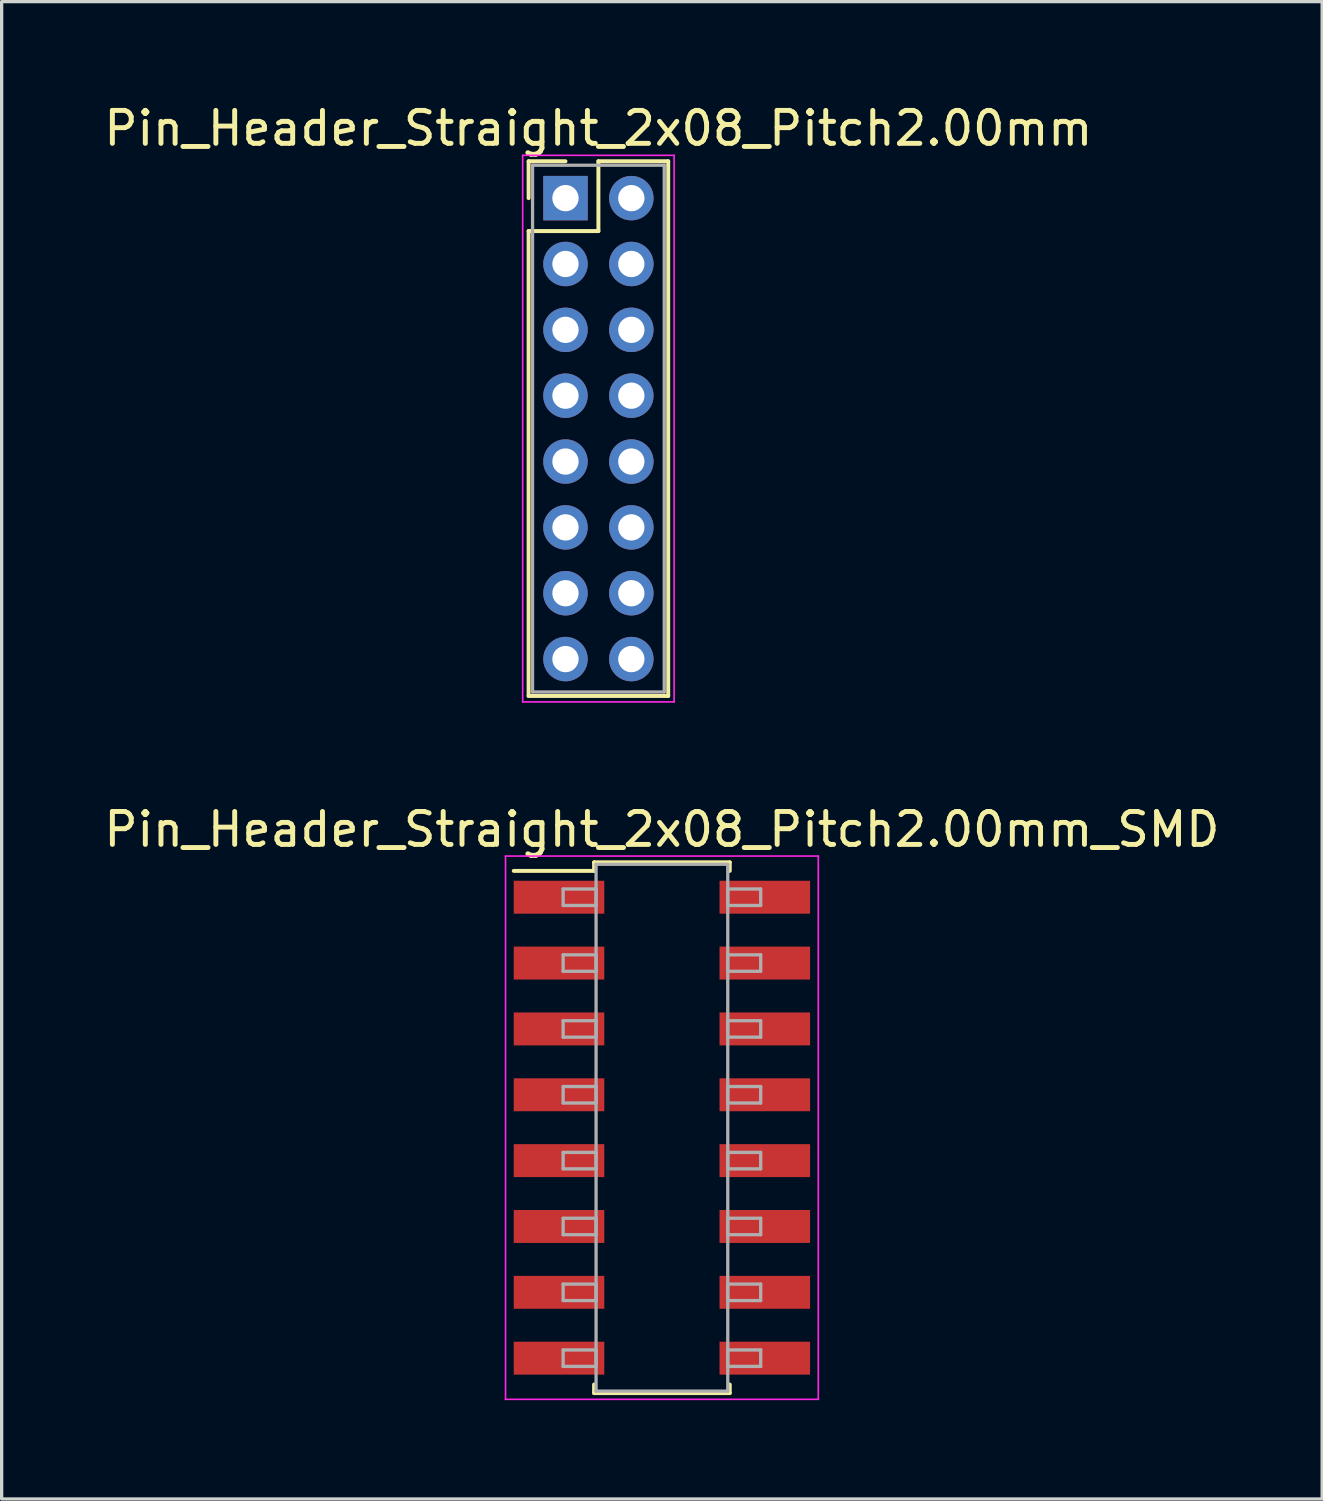
<source format=kicad_pcb>
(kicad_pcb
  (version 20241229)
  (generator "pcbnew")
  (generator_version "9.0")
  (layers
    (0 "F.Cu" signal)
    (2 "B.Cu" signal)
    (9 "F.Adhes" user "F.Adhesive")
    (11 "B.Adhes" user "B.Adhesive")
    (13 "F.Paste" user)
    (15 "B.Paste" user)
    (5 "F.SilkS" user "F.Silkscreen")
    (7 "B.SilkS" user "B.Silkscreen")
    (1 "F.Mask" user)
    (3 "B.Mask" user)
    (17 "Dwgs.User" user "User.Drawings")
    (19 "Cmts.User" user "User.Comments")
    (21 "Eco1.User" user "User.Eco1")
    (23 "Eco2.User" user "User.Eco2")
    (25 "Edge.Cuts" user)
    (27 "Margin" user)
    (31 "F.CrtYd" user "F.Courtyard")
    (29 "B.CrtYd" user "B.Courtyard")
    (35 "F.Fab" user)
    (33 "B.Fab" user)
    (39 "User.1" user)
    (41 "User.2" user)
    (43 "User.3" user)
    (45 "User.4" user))
  (footprint "Pin_Header_Straight_2x08_Pitch2.00mm_SMD"
    (layer "F.Cu")
    (at 17.054 31.201)
    (property "Reference" "Pin_Header_Straight_2x08_Pitch2.00mm_SMD" (at 0 -9.06 0) (layer "F.SilkS") (effects (font (size 1 1) (thickness 0.15))))
    (attr smd)
    (fp_line (start -4.5 -7.8) (end -2.06 -7.8) (stroke (width 0.12) (type solid)) (layer "F.SilkS"))
    (fp_line (start -2.06 -8.06) (end 2.06 -8.06) (stroke (width 0.12) (type solid)) (layer "F.SilkS"))
    (fp_line (start -2.06 -7.8) (end -2.06 -8.06) (stroke (width 0.12) (type solid)) (layer "F.SilkS"))
    (fp_line (start -2.06 7.8) (end -2.06 8.06) (stroke (width 0.12) (type solid)) (layer "F.SilkS"))
    (fp_line (start -2.06 8.06) (end 2.06 8.06) (stroke (width 0.12) (type solid)) (layer "F.SilkS"))
    (fp_line (start 2.06 -8.06) (end 2.06 -7.8) (stroke (width 0.12) (type solid)) (layer "F.SilkS"))
    (fp_line (start 2.06 8.06) (end 2.06 7.8) (stroke (width 0.12) (type solid)) (layer "F.SilkS"))
    (fp_line (start -4.75 -8.25) (end -4.75 8.25) (stroke (width 0.05) (type solid)) (layer "F.CrtYd"))
    (fp_line (start -4.75 8.25) (end 4.75 8.25) (stroke (width 0.05) (type solid)) (layer "F.CrtYd"))
    (fp_line (start 4.75 -8.25) (end -4.75 -8.25) (stroke (width 0.05) (type solid)) (layer "F.CrtYd"))
    (fp_line (start 4.75 8.25) (end 4.75 -8.25) (stroke (width 0.05) (type solid)) (layer "F.CrtYd"))
    (fp_line (start -3 -7.25) (end -2 -7.25) (stroke (width 0.1) (type solid)) (layer "F.Fab"))
    (fp_line (start -3 -6.75) (end -3 -7.25) (stroke (width 0.1) (type solid)) (layer "F.Fab"))
    (fp_line (start -3 -5.25) (end -2 -5.25) (stroke (width 0.1) (type solid)) (layer "F.Fab"))
    (fp_line (start -3 -4.75) (end -3 -5.25) (stroke (width 0.1) (type solid)) (layer "F.Fab"))
    (fp_line (start -3 -3.25) (end -2 -3.25) (stroke (width 0.1) (type solid)) (layer "F.Fab"))
    (fp_line (start -3 -2.75) (end -3 -3.25) (stroke (width 0.1) (type solid)) (layer "F.Fab"))
    (fp_line (start -3 -1.25) (end -2 -1.25) (stroke (width 0.1) (type solid)) (layer "F.Fab"))
    (fp_line (start -3 -0.75) (end -3 -1.25) (stroke (width 0.1) (type solid)) (layer "F.Fab"))
    (fp_line (start -3 0.75) (end -2 0.75) (stroke (width 0.1) (type solid)) (layer "F.Fab"))
    (fp_line (start -3 1.25) (end -3 0.75) (stroke (width 0.1) (type solid)) (layer "F.Fab"))
    (fp_line (start -3 2.75) (end -2 2.75) (stroke (width 0.1) (type solid)) (layer "F.Fab"))
    (fp_line (start -3 3.25) (end -3 2.75) (stroke (width 0.1) (type solid)) (layer "F.Fab"))
    (fp_line (start -3 4.75) (end -2 4.75) (stroke (width 0.1) (type solid)) (layer "F.Fab"))
    (fp_line (start -3 5.25) (end -3 4.75) (stroke (width 0.1) (type solid)) (layer "F.Fab"))
    (fp_line (start -3 6.75) (end -2 6.75) (stroke (width 0.1) (type solid)) (layer "F.Fab"))
    (fp_line (start -3 7.25) (end -3 6.75) (stroke (width 0.1) (type solid)) (layer "F.Fab"))
    (fp_line (start -2 -8) (end -2 8) (stroke (width 0.1) (type solid)) (layer "F.Fab"))
    (fp_line (start -2 -7.25) (end -2 -6.75) (stroke (width 0.1) (type solid)) (layer "F.Fab"))
    (fp_line (start -2 -6.75) (end -3 -6.75) (stroke (width 0.1) (type solid)) (layer "F.Fab"))
    (fp_line (start -2 -5.25) (end -2 -4.75) (stroke (width 0.1) (type solid)) (layer "F.Fab"))
    (fp_line (start -2 -4.75) (end -3 -4.75) (stroke (width 0.1) (type solid)) (layer "F.Fab"))
    (fp_line (start -2 -3.25) (end -2 -2.75) (stroke (width 0.1) (type solid)) (layer "F.Fab"))
    (fp_line (start -2 -2.75) (end -3 -2.75) (stroke (width 0.1) (type solid)) (layer "F.Fab"))
    (fp_line (start -2 -1.25) (end -2 -0.75) (stroke (width 0.1) (type solid)) (layer "F.Fab"))
    (fp_line (start -2 -0.75) (end -3 -0.75) (stroke (width 0.1) (type solid)) (layer "F.Fab"))
    (fp_line (start -2 0.75) (end -2 1.25) (stroke (width 0.1) (type solid)) (layer "F.Fab"))
    (fp_line (start -2 1.25) (end -3 1.25) (stroke (width 0.1) (type solid)) (layer "F.Fab"))
    (fp_line (start -2 2.75) (end -2 3.25) (stroke (width 0.1) (type solid)) (layer "F.Fab"))
    (fp_line (start -2 3.25) (end -3 3.25) (stroke (width 0.1) (type solid)) (layer "F.Fab"))
    (fp_line (start -2 4.75) (end -2 5.25) (stroke (width 0.1) (type solid)) (layer "F.Fab"))
    (fp_line (start -2 5.25) (end -3 5.25) (stroke (width 0.1) (type solid)) (layer "F.Fab"))
    (fp_line (start -2 6.75) (end -2 7.25) (stroke (width 0.1) (type solid)) (layer "F.Fab"))
    (fp_line (start -2 7.25) (end -3 7.25) (stroke (width 0.1) (type solid)) (layer "F.Fab"))
    (fp_line (start -2 8) (end 2 8) (stroke (width 0.1) (type solid)) (layer "F.Fab"))
    (fp_line (start 2 -8) (end -2 -8) (stroke (width 0.1) (type solid)) (layer "F.Fab"))
    (fp_line (start 2 -7.25) (end 2 -6.75) (stroke (width 0.1) (type solid)) (layer "F.Fab"))
    (fp_line (start 2 -6.75) (end 3 -6.75) (stroke (width 0.1) (type solid)) (layer "F.Fab"))
    (fp_line (start 2 -5.25) (end 2 -4.75) (stroke (width 0.1) (type solid)) (layer "F.Fab"))
    (fp_line (start 2 -4.75) (end 3 -4.75) (stroke (width 0.1) (type solid)) (layer "F.Fab"))
    (fp_line (start 2 -3.25) (end 2 -2.75) (stroke (width 0.1) (type solid)) (layer "F.Fab"))
    (fp_line (start 2 -2.75) (end 3 -2.75) (stroke (width 0.1) (type solid)) (layer "F.Fab"))
    (fp_line (start 2 -1.25) (end 2 -0.75) (stroke (width 0.1) (type solid)) (layer "F.Fab"))
    (fp_line (start 2 -0.75) (end 3 -0.75) (stroke (width 0.1) (type solid)) (layer "F.Fab"))
    (fp_line (start 2 0.75) (end 2 1.25) (stroke (width 0.1) (type solid)) (layer "F.Fab"))
    (fp_line (start 2 1.25) (end 3 1.25) (stroke (width 0.1) (type solid)) (layer "F.Fab"))
    (fp_line (start 2 2.75) (end 2 3.25) (stroke (width 0.1) (type solid)) (layer "F.Fab"))
    (fp_line (start 2 3.25) (end 3 3.25) (stroke (width 0.1) (type solid)) (layer "F.Fab"))
    (fp_line (start 2 4.75) (end 2 5.25) (stroke (width 0.1) (type solid)) (layer "F.Fab"))
    (fp_line (start 2 5.25) (end 3 5.25) (stroke (width 0.1) (type solid)) (layer "F.Fab"))
    (fp_line (start 2 6.75) (end 2 7.25) (stroke (width 0.1) (type solid)) (layer "F.Fab"))
    (fp_line (start 2 7.25) (end 3 7.25) (stroke (width 0.1) (type solid)) (layer "F.Fab"))
    (fp_line (start 2 8) (end 2 -8) (stroke (width 0.1) (type solid)) (layer "F.Fab"))
    (fp_line (start 3 -7.25) (end 2 -7.25) (stroke (width 0.1) (type solid)) (layer "F.Fab"))
    (fp_line (start 3 -6.75) (end 3 -7.25) (stroke (width 0.1) (type solid)) (layer "F.Fab"))
    (fp_line (start 3 -5.25) (end 2 -5.25) (stroke (width 0.1) (type solid)) (layer "F.Fab"))
    (fp_line (start 3 -4.75) (end 3 -5.25) (stroke (width 0.1) (type solid)) (layer "F.Fab"))
    (fp_line (start 3 -3.25) (end 2 -3.25) (stroke (width 0.1) (type solid)) (layer "F.Fab"))
    (fp_line (start 3 -2.75) (end 3 -3.25) (stroke (width 0.1) (type solid)) (layer "F.Fab"))
    (fp_line (start 3 -1.25) (end 2 -1.25) (stroke (width 0.1) (type solid)) (layer "F.Fab"))
    (fp_line (start 3 -0.75) (end 3 -1.25) (stroke (width 0.1) (type solid)) (layer "F.Fab"))
    (fp_line (start 3 0.75) (end 2 0.75) (stroke (width 0.1) (type solid)) (layer "F.Fab"))
    (fp_line (start 3 1.25) (end 3 0.75) (stroke (width 0.1) (type solid)) (layer "F.Fab"))
    (fp_line (start 3 2.75) (end 2 2.75) (stroke (width 0.1) (type solid)) (layer "F.Fab"))
    (fp_line (start 3 3.25) (end 3 2.75) (stroke (width 0.1) (type solid)) (layer "F.Fab"))
    (fp_line (start 3 4.75) (end 2 4.75) (stroke (width 0.1) (type solid)) (layer "F.Fab"))
    (fp_line (start 3 5.25) (end 3 4.75) (stroke (width 0.1) (type solid)) (layer "F.Fab"))
    (fp_line (start 3 6.75) (end 2 6.75) (stroke (width 0.1) (type solid)) (layer "F.Fab"))
    (fp_line (start 3 7.25) (end 3 6.75) (stroke (width 0.1) (type solid)) (layer "F.Fab"))
    (pad "1" smd rect (at -3.125 -7) (size 2.75 1) (layers "F.Cu" "F.Mask"))
    (pad "2" smd rect (at 3.125 -7) (size 2.75 1) (layers "F.Cu" "F.Mask"))
    (pad "3" smd rect (at -3.125 -5) (size 2.75 1) (layers "F.Cu" "F.Mask"))
    (pad "4" smd rect (at 3.125 -5) (size 2.75 1) (layers "F.Cu" "F.Mask"))
    (pad "5" smd rect (at -3.125 -3) (size 2.75 1) (layers "F.Cu" "F.Mask"))
    (pad "6" smd rect (at 3.125 -3) (size 2.75 1) (layers "F.Cu" "F.Mask"))
    (pad "7" smd rect (at -3.125 -1) (size 2.75 1) (layers "F.Cu" "F.Mask"))
    (pad "8" smd rect (at 3.125 -1) (size 2.75 1) (layers "F.Cu" "F.Mask"))
    (pad "9" smd rect (at -3.125 1) (size 2.75 1) (layers "F.Cu" "F.Mask"))
    (pad "10" smd rect (at 3.125 1) (size 2.75 1) (layers "F.Cu" "F.Mask"))
    (pad "11" smd rect (at -3.125 3) (size 2.75 1) (layers "F.Cu" "F.Mask"))
    (pad "12" smd rect (at 3.125 3) (size 2.75 1) (layers "F.Cu" "F.Mask"))
    (pad "13" smd rect (at -3.125 5) (size 2.75 1) (layers "F.Cu" "F.Mask"))
    (pad "14" smd rect (at 3.125 5) (size 2.75 1) (layers "F.Cu" "F.Mask"))
    (pad "15" smd rect (at -3.125 7) (size 2.75 1) (layers "F.Cu" "F.Mask"))
    (pad "16" smd rect (at 3.125 7) (size 2.75 1) (layers "F.Cu" "F.Mask")))
  (footprint "Pin_Header_Straight_2x08_Pitch2.00mm"
    (layer "F.Cu")
    (at 14.125 2.968)
    (property "Reference" "Pin_Header_Straight_2x08_Pitch2.00mm" (at 1 -2.12 0) (layer "F.SilkS") (effects (font (size 1 1) (thickness 0.15))))
    (attr through_hole)
    (fp_line (start -1.12 -1.12) (end 0 -1.12) (stroke (width 0.12) (type solid)) (layer "F.SilkS"))
    (fp_line (start -1.12 0) (end -1.12 -1.12) (stroke (width 0.12) (type solid)) (layer "F.SilkS"))
    (fp_line (start -1.12 1) (end -1.12 15.12) (stroke (width 0.12) (type solid)) (layer "F.SilkS"))
    (fp_line (start -1.12 15.12) (end 3.12 15.12) (stroke (width 0.12) (type solid)) (layer "F.SilkS"))
    (fp_line (start 1 -1.12) (end 1 1) (stroke (width 0.12) (type solid)) (layer "F.SilkS"))
    (fp_line (start 1 1) (end -1.12 1) (stroke (width 0.12) (type solid)) (layer "F.SilkS"))
    (fp_line (start 3.12 -1.12) (end 1 -1.12) (stroke (width 0.12) (type solid)) (layer "F.SilkS"))
    (fp_line (start 3.12 15.12) (end 3.12 -1.12) (stroke (width 0.12) (type solid)) (layer "F.SilkS"))
    (fp_line (start -1.3 -1.3) (end -1.3 15.3) (stroke (width 0.05) (type solid)) (layer "F.CrtYd"))
    (fp_line (start -1.3 15.3) (end 3.3 15.3) (stroke (width 0.05) (type solid)) (layer "F.CrtYd"))
    (fp_line (start 3.3 -1.3) (end -1.3 -1.3) (stroke (width 0.05) (type solid)) (layer "F.CrtYd"))
    (fp_line (start 3.3 15.3) (end 3.3 -1.3) (stroke (width 0.05) (type solid)) (layer "F.CrtYd"))
    (fp_line (start -1 -1) (end -1 15) (stroke (width 0.1) (type solid)) (layer "F.Fab"))
    (fp_line (start -1 15) (end 3 15) (stroke (width 0.1) (type solid)) (layer "F.Fab"))
    (fp_line (start 3 -1) (end -1 -1) (stroke (width 0.1) (type solid)) (layer "F.Fab"))
    (fp_line (start 3 15) (end 3 -1) (stroke (width 0.1) (type solid)) (layer "F.Fab"))
    (pad "1" thru_hole rect (at 0 0) (size 1.35 1.35) (drill 0.8) (layers "*.Cu" "*.Mask"))
    (pad "2" thru_hole oval (at 2 0) (size 1.35 1.35) (drill 0.8) (layers "*.Cu" "*.Mask"))
    (pad "3" thru_hole oval (at 0 2) (size 1.35 1.35) (drill 0.8) (layers "*.Cu" "*.Mask"))
    (pad "4" thru_hole oval (at 2 2) (size 1.35 1.35) (drill 0.8) (layers "*.Cu" "*.Mask"))
    (pad "5" thru_hole oval (at 0 4) (size 1.35 1.35) (drill 0.8) (layers "*.Cu" "*.Mask"))
    (pad "6" thru_hole oval (at 2 4) (size 1.35 1.35) (drill 0.8) (layers "*.Cu" "*.Mask"))
    (pad "7" thru_hole oval (at 0 6) (size 1.35 1.35) (drill 0.8) (layers "*.Cu" "*.Mask"))
    (pad "8" thru_hole oval (at 2 6) (size 1.35 1.35) (drill 0.8) (layers "*.Cu" "*.Mask"))
    (pad "9" thru_hole oval (at 0 8) (size 1.35 1.35) (drill 0.8) (layers "*.Cu" "*.Mask"))
    (pad "10" thru_hole oval (at 2 8) (size 1.35 1.35) (drill 0.8) (layers "*.Cu" "*.Mask"))
    (pad "11" thru_hole oval (at 0 10) (size 1.35 1.35) (drill 0.8) (layers "*.Cu" "*.Mask"))
    (pad "12" thru_hole oval (at 2 10) (size 1.35 1.35) (drill 0.8) (layers "*.Cu" "*.Mask"))
    (pad "13" thru_hole oval (at 0 12) (size 1.35 1.35) (drill 0.8) (layers "*.Cu" "*.Mask"))
    (pad "14" thru_hole oval (at 2 12) (size 1.35 1.35) (drill 0.8) (layers "*.Cu" "*.Mask"))
    (pad "15" thru_hole oval (at 0 14) (size 1.35 1.35) (drill 0.8) (layers "*.Cu" "*.Mask"))
    (pad "16" thru_hole oval (at 2 14) (size 1.35 1.35) (drill 0.8) (layers "*.Cu" "*.Mask")))
  (gr_rect
    (start -3 -3)
    (end 37.107 42.477)
    (stroke (width 0.1) (type default))
    (fill no)
    (layer "Edge.Cuts")))
</source>
